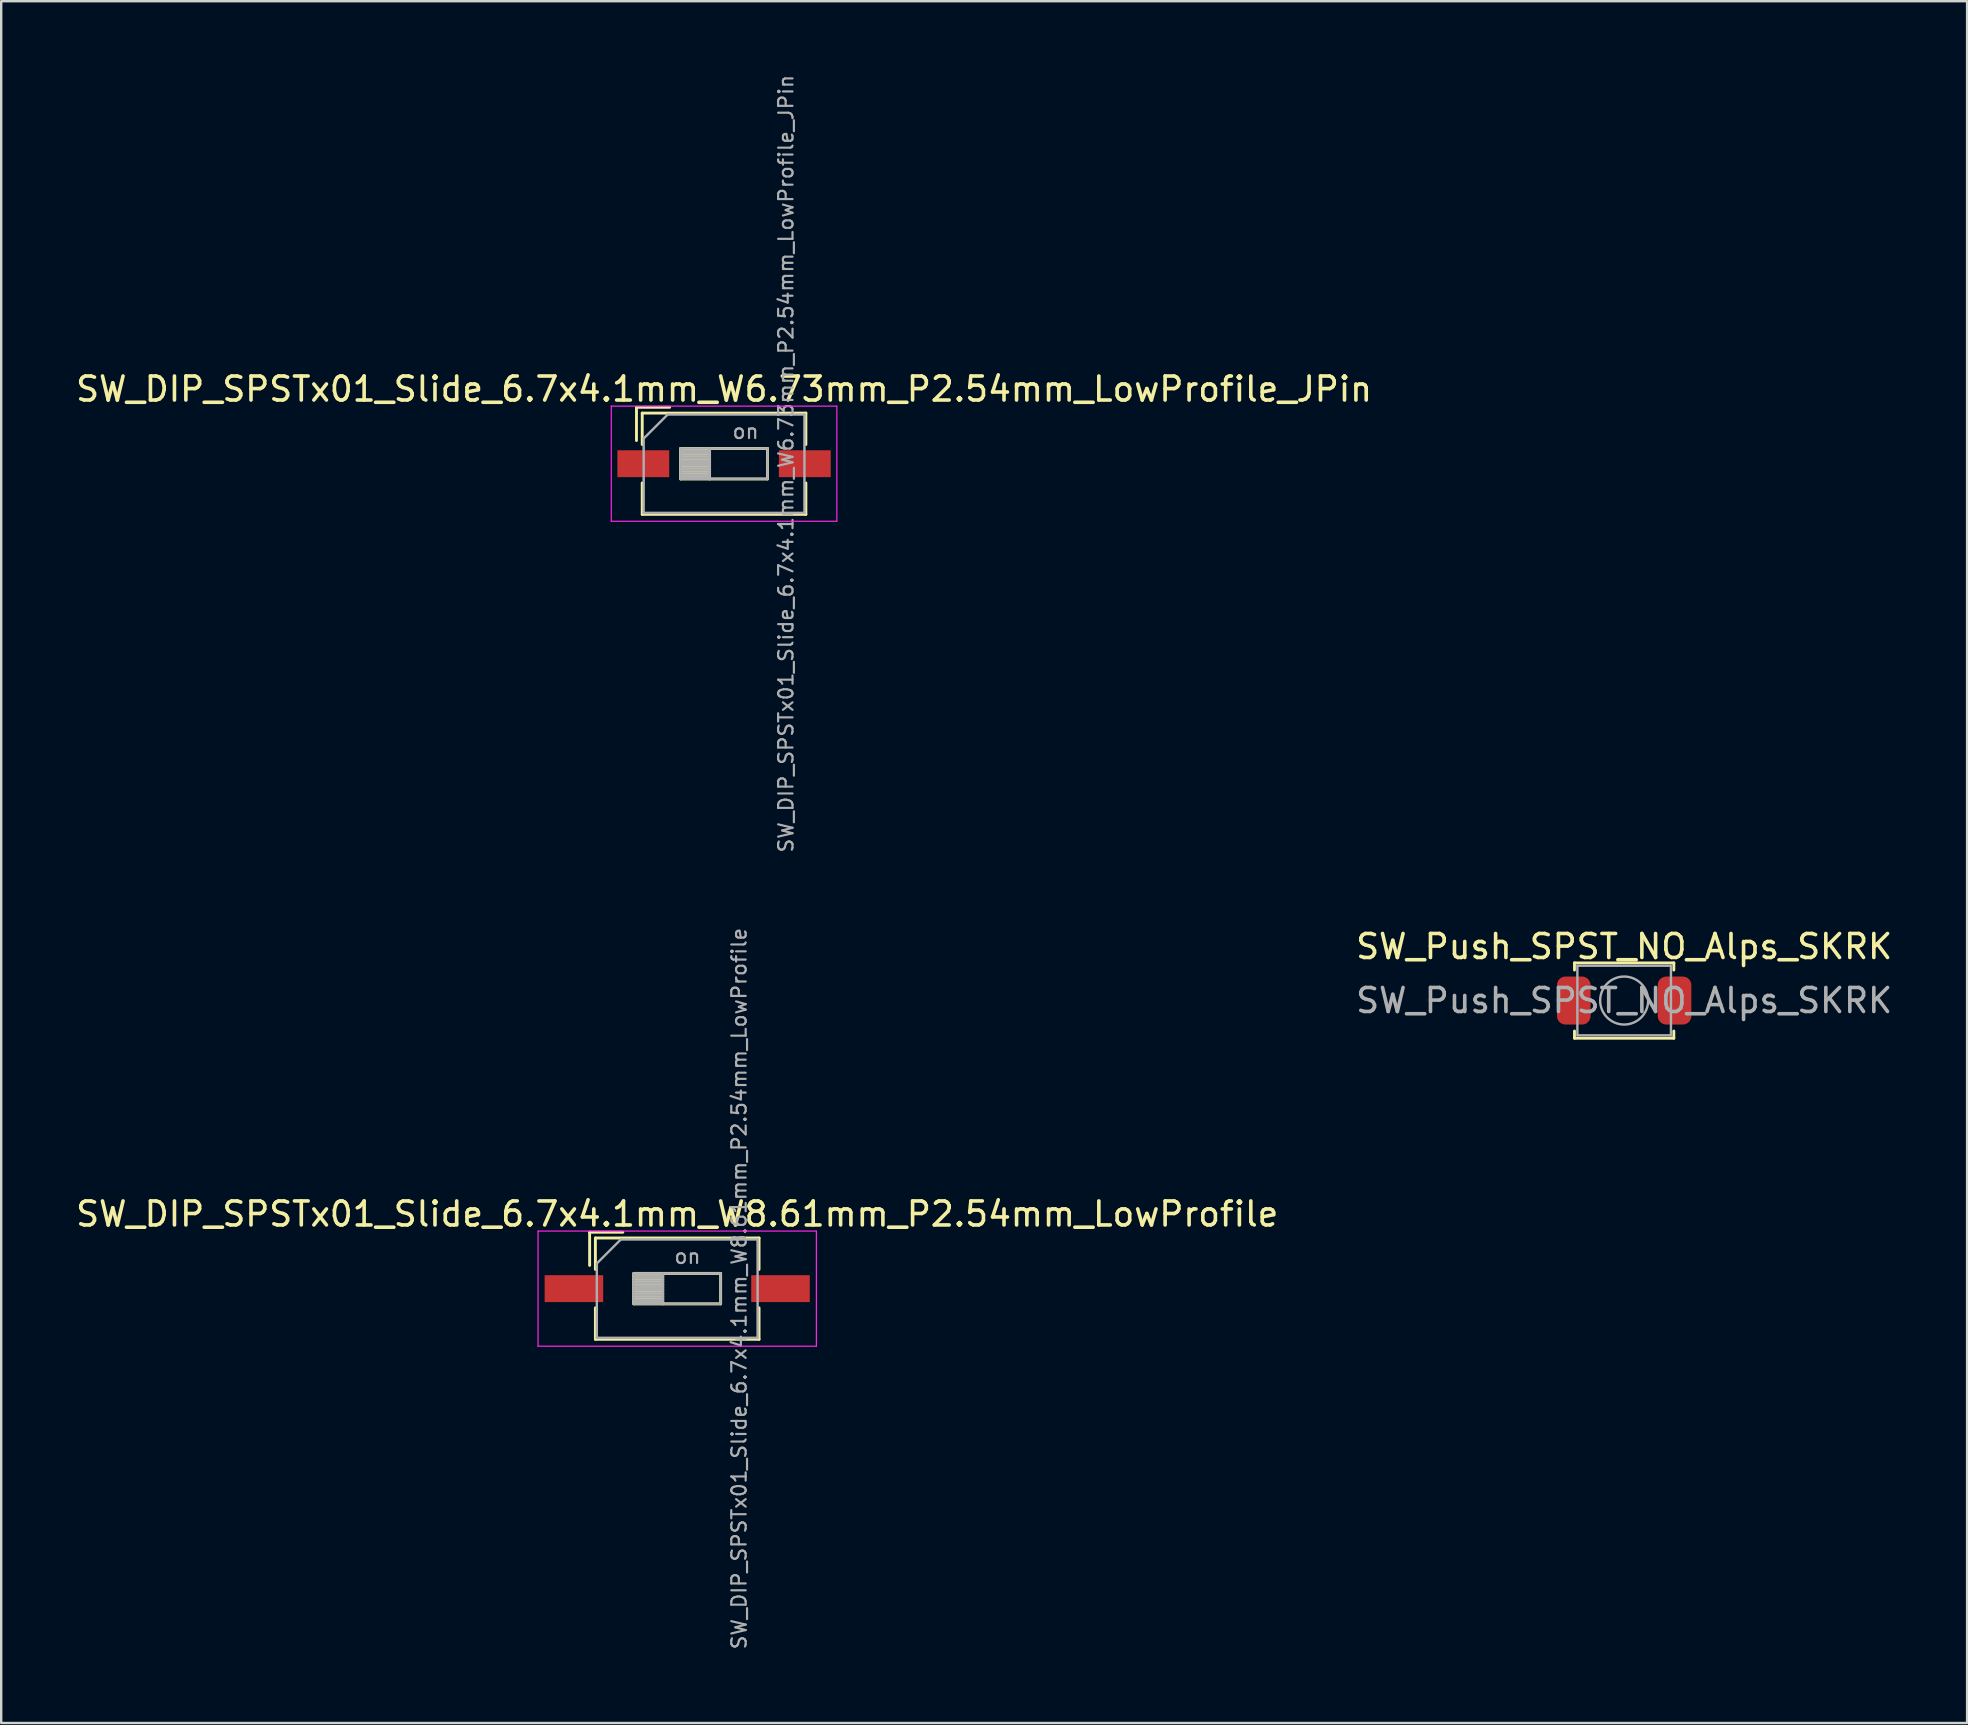
<source format=kicad_pcb>
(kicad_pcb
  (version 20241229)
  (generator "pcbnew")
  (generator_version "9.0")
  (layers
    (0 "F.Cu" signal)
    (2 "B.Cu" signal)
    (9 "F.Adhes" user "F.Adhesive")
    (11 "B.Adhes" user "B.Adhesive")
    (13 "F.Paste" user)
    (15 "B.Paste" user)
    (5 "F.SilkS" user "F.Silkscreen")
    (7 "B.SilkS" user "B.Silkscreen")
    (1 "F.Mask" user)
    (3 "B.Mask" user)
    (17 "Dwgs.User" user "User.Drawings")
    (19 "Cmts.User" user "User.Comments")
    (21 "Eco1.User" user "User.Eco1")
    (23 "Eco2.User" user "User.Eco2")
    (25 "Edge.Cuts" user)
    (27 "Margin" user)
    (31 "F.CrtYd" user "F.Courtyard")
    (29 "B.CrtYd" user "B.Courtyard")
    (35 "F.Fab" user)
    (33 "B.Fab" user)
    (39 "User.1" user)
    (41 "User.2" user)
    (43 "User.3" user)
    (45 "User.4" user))
  (footprint "SW_DIP_SPSTx01_Slide_6.7x4.1mm_W6.73mm_P2.54mm_LowProfile_JPin"
    (layer "F.Cu")
    (at 27.125 16.275)
    (property "Reference" "SW_DIP_SPSTx01_Slide_6.7x4.1mm_W6.73mm_P2.54mm_LowProfile_JPin" (at 0 -3.11 0) (layer "F.SilkS") (effects (font (size 1 1) (thickness 0.15))))
    (attr smd)
    (fp_line (start -3.65 -2.35) (end -3.65 -0.967) (stroke (width 0.12) (type solid)) (layer "F.SilkS"))
    (fp_line (start -3.65 -2.35) (end -2.267 -2.35) (stroke (width 0.12) (type solid)) (layer "F.SilkS"))
    (fp_line (start -3.41 -2.11) (end -3.41 -0.8) (stroke (width 0.12) (type solid)) (layer "F.SilkS"))
    (fp_line (start -3.41 -2.11) (end 3.41 -2.11) (stroke (width 0.12) (type solid)) (layer "F.SilkS"))
    (fp_line (start -3.41 0.8) (end -3.41 2.11) (stroke (width 0.12) (type solid)) (layer "F.SilkS"))
    (fp_line (start -3.41 2.11) (end 3.41 2.11) (stroke (width 0.12) (type solid)) (layer "F.SilkS"))
    (fp_line (start -1.81 -0.635) (end -1.81 0.635) (stroke (width 0.12) (type solid)) (layer "F.SilkS"))
    (fp_line (start -1.81 -0.515) (end -0.603 -0.515) (stroke (width 0.12) (type solid)) (layer "F.SilkS"))
    (fp_line (start -1.81 -0.395) (end -0.603 -0.395) (stroke (width 0.12) (type solid)) (layer "F.SilkS"))
    (fp_line (start -1.81 -0.275) (end -0.603 -0.275) (stroke (width 0.12) (type solid)) (layer "F.SilkS"))
    (fp_line (start -1.81 -0.155) (end -0.603 -0.155) (stroke (width 0.12) (type solid)) (layer "F.SilkS"))
    (fp_line (start -1.81 -0.035) (end -0.603 -0.035) (stroke (width 0.12) (type solid)) (layer "F.SilkS"))
    (fp_line (start -1.81 0.085) (end -0.603 0.085) (stroke (width 0.12) (type solid)) (layer "F.SilkS"))
    (fp_line (start -1.81 0.205) (end -0.603 0.205) (stroke (width 0.12) (type solid)) (layer "F.SilkS"))
    (fp_line (start -1.81 0.325) (end -0.603 0.325) (stroke (width 0.12) (type solid)) (layer "F.SilkS"))
    (fp_line (start -1.81 0.445) (end -0.603 0.445) (stroke (width 0.12) (type solid)) (layer "F.SilkS"))
    (fp_line (start -1.81 0.565) (end -0.603 0.565) (stroke (width 0.12) (type solid)) (layer "F.SilkS"))
    (fp_line (start -1.81 0.635) (end 1.81 0.635) (stroke (width 0.12) (type solid)) (layer "F.SilkS"))
    (fp_line (start -0.603 -0.635) (end -0.603 0.635) (stroke (width 0.12) (type solid)) (layer "F.SilkS"))
    (fp_line (start 1.81 -0.635) (end -1.81 -0.635) (stroke (width 0.12) (type solid)) (layer "F.SilkS"))
    (fp_line (start 1.81 0.635) (end 1.81 -0.635) (stroke (width 0.12) (type solid)) (layer "F.SilkS"))
    (fp_line (start 3.41 -2.11) (end 3.41 -0.8) (stroke (width 0.12) (type solid)) (layer "F.SilkS"))
    (fp_line (start 3.41 0.8) (end 3.41 2.11) (stroke (width 0.12) (type solid)) (layer "F.SilkS"))
    (fp_line (start -4.7 -2.4) (end -4.7 2.4) (stroke (width 0.05) (type solid)) (layer "F.CrtYd"))
    (fp_line (start -4.7 2.4) (end 4.7 2.4) (stroke (width 0.05) (type solid)) (layer "F.CrtYd"))
    (fp_line (start 4.7 -2.4) (end -4.7 -2.4) (stroke (width 0.05) (type solid)) (layer "F.CrtYd"))
    (fp_line (start 4.7 2.4) (end 4.7 -2.4) (stroke (width 0.05) (type solid)) (layer "F.CrtYd"))
    (fp_line (start -3.35 -1.05) (end -2.35 -2.05) (stroke (width 0.1) (type solid)) (layer "F.Fab"))
    (fp_line (start -3.35 2.05) (end -3.35 -1.05) (stroke (width 0.1) (type solid)) (layer "F.Fab"))
    (fp_line (start -2.35 -2.05) (end 3.35 -2.05) (stroke (width 0.1) (type solid)) (layer "F.Fab"))
    (fp_line (start -1.81 -0.635) (end -1.81 0.635) (stroke (width 0.1) (type solid)) (layer "F.Fab"))
    (fp_line (start -1.81 -0.535) (end -0.603 -0.535) (stroke (width 0.1) (type solid)) (layer "F.Fab"))
    (fp_line (start -1.81 -0.435) (end -0.603 -0.435) (stroke (width 0.1) (type solid)) (layer "F.Fab"))
    (fp_line (start -1.81 -0.335) (end -0.603 -0.335) (stroke (width 0.1) (type solid)) (layer "F.Fab"))
    (fp_line (start -1.81 -0.235) (end -0.603 -0.235) (stroke (width 0.1) (type solid)) (layer "F.Fab"))
    (fp_line (start -1.81 -0.135) (end -0.603 -0.135) (stroke (width 0.1) (type solid)) (layer "F.Fab"))
    (fp_line (start -1.81 -0.035) (end -0.603 -0.035) (stroke (width 0.1) (type solid)) (layer "F.Fab"))
    (fp_line (start -1.81 0.065) (end -0.603 0.065) (stroke (width 0.1) (type solid)) (layer "F.Fab"))
    (fp_line (start -1.81 0.165) (end -0.603 0.165) (stroke (width 0.1) (type solid)) (layer "F.Fab"))
    (fp_line (start -1.81 0.265) (end -0.603 0.265) (stroke (width 0.1) (type solid)) (layer "F.Fab"))
    (fp_line (start -1.81 0.365) (end -0.603 0.365) (stroke (width 0.1) (type solid)) (layer "F.Fab"))
    (fp_line (start -1.81 0.465) (end -0.603 0.465) (stroke (width 0.1) (type solid)) (layer "F.Fab"))
    (fp_line (start -1.81 0.565) (end -0.603 0.565) (stroke (width 0.1) (type solid)) (layer "F.Fab"))
    (fp_line (start -1.81 0.635) (end 1.81 0.635) (stroke (width 0.1) (type solid)) (layer "F.Fab"))
    (fp_line (start -0.603 -0.635) (end -0.603 0.635) (stroke (width 0.1) (type solid)) (layer "F.Fab"))
    (fp_line (start 1.81 -0.635) (end -1.81 -0.635) (stroke (width 0.1) (type solid)) (layer "F.Fab"))
    (fp_line (start 1.81 0.635) (end 1.81 -0.635) (stroke (width 0.1) (type solid)) (layer "F.Fab"))
    (fp_line (start 3.35 -2.05) (end 3.35 2.05) (stroke (width 0.1) (type solid)) (layer "F.Fab"))
    (fp_line (start 3.35 2.05) (end -3.35 2.05) (stroke (width 0.1) (type solid)) (layer "F.Fab"))
    (fp_text user "on" (at 0.897 -1.343 0) (layer "F.Fab") (effects (font (size 0.6 0.6) (thickness 0.09))))
    (fp_text user "${REFERENCE}" (at 2.58 0 90) (layer "F.Fab") (effects (font (size 0.6 0.6) (thickness 0.09))))
    (pad "1" smd rect (at -3.365 0) (size 2.16 1.12) (layers "F.Cu" "F.Mask" "F.Paste"))
    (pad "2" smd rect (at 3.365 0) (size 2.16 1.12) (layers "F.Cu" "F.Mask" "F.Paste")))
  (footprint "SW_DIP_SPSTx01_Slide_6.7x4.1mm_W8.61mm_P2.54mm_LowProfile"
    (layer "F.Cu")
    (at 25.173 50.654)
    (property "Reference" "SW_DIP_SPSTx01_Slide_6.7x4.1mm_W8.61mm_P2.54mm_LowProfile" (at 0 -3.11 0) (layer "F.SilkS") (effects (font (size 1 1) (thickness 0.15))))
    (attr smd)
    (fp_line (start -3.65 -2.35) (end -3.65 -0.967) (stroke (width 0.12) (type solid)) (layer "F.SilkS"))
    (fp_line (start -3.65 -2.35) (end -2.267 -2.35) (stroke (width 0.12) (type solid)) (layer "F.SilkS"))
    (fp_line (start -3.41 -2.11) (end -3.41 -0.8) (stroke (width 0.12) (type solid)) (layer "F.SilkS"))
    (fp_line (start -3.41 -2.11) (end 3.41 -2.11) (stroke (width 0.12) (type solid)) (layer "F.SilkS"))
    (fp_line (start -3.41 0.8) (end -3.41 2.11) (stroke (width 0.12) (type solid)) (layer "F.SilkS"))
    (fp_line (start -3.41 2.11) (end 3.41 2.11) (stroke (width 0.12) (type solid)) (layer "F.SilkS"))
    (fp_line (start -1.81 -0.635) (end -1.81 0.635) (stroke (width 0.12) (type solid)) (layer "F.SilkS"))
    (fp_line (start -1.81 -0.515) (end -0.603 -0.515) (stroke (width 0.12) (type solid)) (layer "F.SilkS"))
    (fp_line (start -1.81 -0.395) (end -0.603 -0.395) (stroke (width 0.12) (type solid)) (layer "F.SilkS"))
    (fp_line (start -1.81 -0.275) (end -0.603 -0.275) (stroke (width 0.12) (type solid)) (layer "F.SilkS"))
    (fp_line (start -1.81 -0.155) (end -0.603 -0.155) (stroke (width 0.12) (type solid)) (layer "F.SilkS"))
    (fp_line (start -1.81 -0.035) (end -0.603 -0.035) (stroke (width 0.12) (type solid)) (layer "F.SilkS"))
    (fp_line (start -1.81 0.085) (end -0.603 0.085) (stroke (width 0.12) (type solid)) (layer "F.SilkS"))
    (fp_line (start -1.81 0.205) (end -0.603 0.205) (stroke (width 0.12) (type solid)) (layer "F.SilkS"))
    (fp_line (start -1.81 0.325) (end -0.603 0.325) (stroke (width 0.12) (type solid)) (layer "F.SilkS"))
    (fp_line (start -1.81 0.445) (end -0.603 0.445) (stroke (width 0.12) (type solid)) (layer "F.SilkS"))
    (fp_line (start -1.81 0.565) (end -0.603 0.565) (stroke (width 0.12) (type solid)) (layer "F.SilkS"))
    (fp_line (start -1.81 0.635) (end 1.81 0.635) (stroke (width 0.12) (type solid)) (layer "F.SilkS"))
    (fp_line (start -0.603 -0.635) (end -0.603 0.635) (stroke (width 0.12) (type solid)) (layer "F.SilkS"))
    (fp_line (start 1.81 -0.635) (end -1.81 -0.635) (stroke (width 0.12) (type solid)) (layer "F.SilkS"))
    (fp_line (start 1.81 0.635) (end 1.81 -0.635) (stroke (width 0.12) (type solid)) (layer "F.SilkS"))
    (fp_line (start 3.41 -2.11) (end 3.41 -0.8) (stroke (width 0.12) (type solid)) (layer "F.SilkS"))
    (fp_line (start 3.41 0.8) (end 3.41 2.11) (stroke (width 0.12) (type solid)) (layer "F.SilkS"))
    (fp_line (start -5.8 -2.4) (end -5.8 2.4) (stroke (width 0.05) (type solid)) (layer "F.CrtYd"))
    (fp_line (start -5.8 2.4) (end 5.8 2.4) (stroke (width 0.05) (type solid)) (layer "F.CrtYd"))
    (fp_line (start 5.8 -2.4) (end -5.8 -2.4) (stroke (width 0.05) (type solid)) (layer "F.CrtYd"))
    (fp_line (start 5.8 2.4) (end 5.8 -2.4) (stroke (width 0.05) (type solid)) (layer "F.CrtYd"))
    (fp_line (start -3.35 -1.05) (end -2.35 -2.05) (stroke (width 0.1) (type solid)) (layer "F.Fab"))
    (fp_line (start -3.35 2.05) (end -3.35 -1.05) (stroke (width 0.1) (type solid)) (layer "F.Fab"))
    (fp_line (start -2.35 -2.05) (end 3.35 -2.05) (stroke (width 0.1) (type solid)) (layer "F.Fab"))
    (fp_line (start -1.81 -0.635) (end -1.81 0.635) (stroke (width 0.1) (type solid)) (layer "F.Fab"))
    (fp_line (start -1.81 -0.535) (end -0.603 -0.535) (stroke (width 0.1) (type solid)) (layer "F.Fab"))
    (fp_line (start -1.81 -0.435) (end -0.603 -0.435) (stroke (width 0.1) (type solid)) (layer "F.Fab"))
    (fp_line (start -1.81 -0.335) (end -0.603 -0.335) (stroke (width 0.1) (type solid)) (layer "F.Fab"))
    (fp_line (start -1.81 -0.235) (end -0.603 -0.235) (stroke (width 0.1) (type solid)) (layer "F.Fab"))
    (fp_line (start -1.81 -0.135) (end -0.603 -0.135) (stroke (width 0.1) (type solid)) (layer "F.Fab"))
    (fp_line (start -1.81 -0.035) (end -0.603 -0.035) (stroke (width 0.1) (type solid)) (layer "F.Fab"))
    (fp_line (start -1.81 0.065) (end -0.603 0.065) (stroke (width 0.1) (type solid)) (layer "F.Fab"))
    (fp_line (start -1.81 0.165) (end -0.603 0.165) (stroke (width 0.1) (type solid)) (layer "F.Fab"))
    (fp_line (start -1.81 0.265) (end -0.603 0.265) (stroke (width 0.1) (type solid)) (layer "F.Fab"))
    (fp_line (start -1.81 0.365) (end -0.603 0.365) (stroke (width 0.1) (type solid)) (layer "F.Fab"))
    (fp_line (start -1.81 0.465) (end -0.603 0.465) (stroke (width 0.1) (type solid)) (layer "F.Fab"))
    (fp_line (start -1.81 0.565) (end -0.603 0.565) (stroke (width 0.1) (type solid)) (layer "F.Fab"))
    (fp_line (start -1.81 0.635) (end 1.81 0.635) (stroke (width 0.1) (type solid)) (layer "F.Fab"))
    (fp_line (start -0.603 -0.635) (end -0.603 0.635) (stroke (width 0.1) (type solid)) (layer "F.Fab"))
    (fp_line (start 1.81 -0.635) (end -1.81 -0.635) (stroke (width 0.1) (type solid)) (layer "F.Fab"))
    (fp_line (start 1.81 0.635) (end 1.81 -0.635) (stroke (width 0.1) (type solid)) (layer "F.Fab"))
    (fp_line (start 3.35 -2.05) (end 3.35 2.05) (stroke (width 0.1) (type solid)) (layer "F.Fab"))
    (fp_line (start 3.35 2.05) (end -3.35 2.05) (stroke (width 0.1) (type solid)) (layer "F.Fab"))
    (fp_text user "${REFERENCE}" (at 2.58 0 90) (layer "F.Fab") (effects (font (size 0.6 0.6) (thickness 0.09))))
    (fp_text user "on" (at 0.427 -1.343 0) (layer "F.Fab") (effects (font (size 0.6 0.6) (thickness 0.09))))
    (pad "1" smd rect (at -4.305 0) (size 2.44 1.12) (layers "F.Cu" "F.Mask" "F.Paste"))
    (pad "2" smd rect (at 4.305 0) (size 2.44 1.12) (layers "F.Cu" "F.Mask" "F.Paste")))
  (footprint "SW_Push_SPST_NO_Alps_SKRK"
    (layer "F.Cu")
    (at 64.637 38.648)
    (property "Reference" "SW_Push_SPST_NO_Alps_SKRK" (at 0 -2.25 0) (layer "F.SilkS") (effects (font (size 1 1) (thickness 0.15))))
    (attr smd)
    (fp_line (start -2.07 -1.57) (end 2.07 -1.57) (stroke (width 0.12) (type solid)) (layer "F.SilkS"))
    (fp_line (start -2.07 -1.27) (end -2.07 -1.57) (stroke (width 0.12) (type solid)) (layer "F.SilkS"))
    (fp_line (start -2.07 1.57) (end -2.07 1.27) (stroke (width 0.12) (type solid)) (layer "F.SilkS"))
    (fp_line (start 2.07 -1.57) (end 2.07 -1.27) (stroke (width 0.12) (type solid)) (layer "F.SilkS"))
    (fp_line (start 2.07 1.27) (end 2.07 1.57) (stroke (width 0.12) (type solid)) (layer "F.SilkS"))
    (fp_line (start 2.07 1.57) (end -2.07 1.57) (stroke (width 0.12) (type solid)) (layer "F.SilkS"))
    (fp_line (start -1.95 -1.45) (end 1.95 -1.45) (stroke (width 0.1) (type solid)) (layer "F.Fab"))
    (fp_line (start -1.95 1.45) (end -1.95 -1.45) (stroke (width 0.1) (type solid)) (layer "F.Fab"))
    (fp_line (start 1.95 -1.45) (end 1.95 1.45) (stroke (width 0.1) (type solid)) (layer "F.Fab"))
    (fp_line (start 1.95 1.45) (end -1.95 1.45) (stroke (width 0.1) (type solid)) (layer "F.Fab"))
    (fp_circle (center 0 0) (end 1 0) (stroke (width 0.1) (type solid)) (fill no) (layer "F.Fab"))
    (fp_text user "${REFERENCE}" (at 0 0 0) (layer "F.Fab") (effects (font (size 1 1) (thickness 0.15))))
    (pad "1" smd roundrect (at -2.1 0) (size 1.4 2) (layers "F.Cu" "F.Mask" "F.Paste") (roundrect_rratio 0.25))
    (pad "2" smd roundrect (at 2.1 0) (size 1.4 2) (layers "F.Cu" "F.Mask" "F.Paste") (roundrect_rratio 0.25)))
  (gr_rect
    (start -3 -3)
    (end 78.929 68.757)
    (stroke (width 0.1) (type default))
    (fill no)
    (layer "Edge.Cuts")))
</source>
